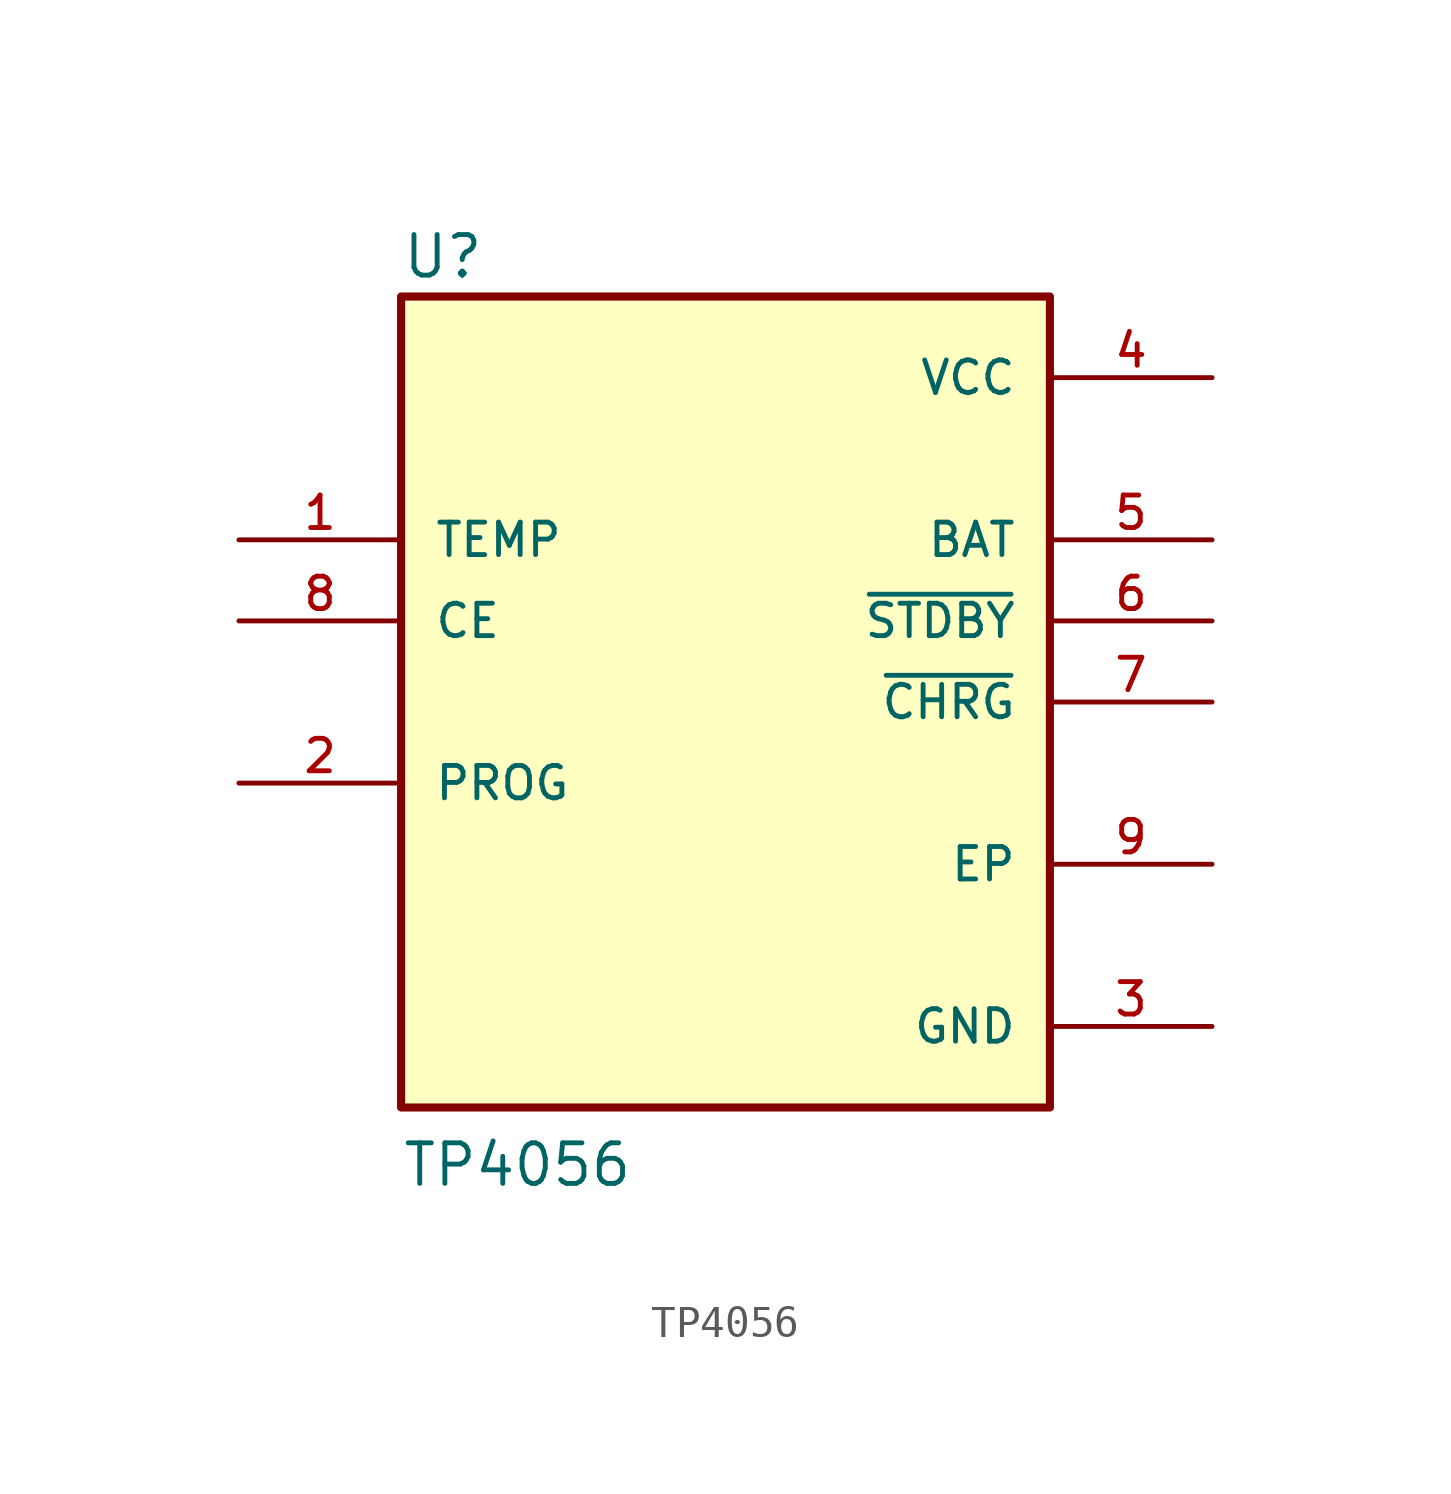
<source format=kicad_sym>
(kicad_symbol_lib
  (version 20241209)
  (generator "kicad_symbol_editor")
  (generator_version "9.0")
  (symbol "TP4056"
    (pin_names
      (offset 1.016))
    (property "Reference" "U"
      (at -10.16 13.208 0)
      (effects (font (size 1.27 1.27)) (justify left bottom)))
    (property "Value" "TP4056"
      (at -10.16 -15.24 0)
      (effects (font (size 1.27 1.27)) (justify left bottom)))
    (symbol "TP4056_0_0"
      (rectangle (start -10.16 -12.7) (end 10.16 12.7) (stroke (width 0.254) (type default)) (fill (type background)))
      (pin input line (at -15.24 5.08 0) (length 5.08) (name "TEMP" (effects (font (size 1.016 1.016)))) (number "1" (effects (font (size 1.016 1.016)))))
      (pin input line (at -15.24 2.54 0) (length 5.08) (name "CE" (effects (font (size 1.016 1.016)))) (number "8" (effects (font (size 1.016 1.016)))))
      (pin bidirectional line (at -15.24 -2.54 0) (length 5.08) (name "PROG" (effects (font (size 1.016 1.016)))) (number "2" (effects (font (size 1.016 1.016)))))
      (pin power_in line (at 15.24 10.16 180) (length 5.08) (name "VCC" (effects (font (size 1.016 1.016)))) (number "4" (effects (font (size 1.016 1.016)))))
      (pin output line (at 15.24 5.08 180) (length 5.08) (name "BAT" (effects (font (size 1.016 1.016)))) (number "5" (effects (font (size 1.016 1.016)))))
      (pin output line (at 15.24 2.54 180) (length 5.08) (name "~{STDBY}" (effects (font (size 1.016 1.016)))) (number "6" (effects (font (size 1.016 1.016)))))
      (pin output line (at 15.24 0 180) (length 5.08) (name "~{CHRG}" (effects (font (size 1.016 1.016)))) (number "7" (effects (font (size 1.016 1.016)))))
      (pin passive line (at 15.24 -5.08 180) (length 5.08) (name "EP" (effects (font (size 1.016 1.016)))) (number "9" (effects (font (size 1.016 1.016)))))
      (pin power_in line (at 15.24 -10.16 180) (length 5.08) (name "GND" (effects (font (size 1.016 1.016)))) (number "3" (effects (font (size 1.016 1.016))))))))
</source>
